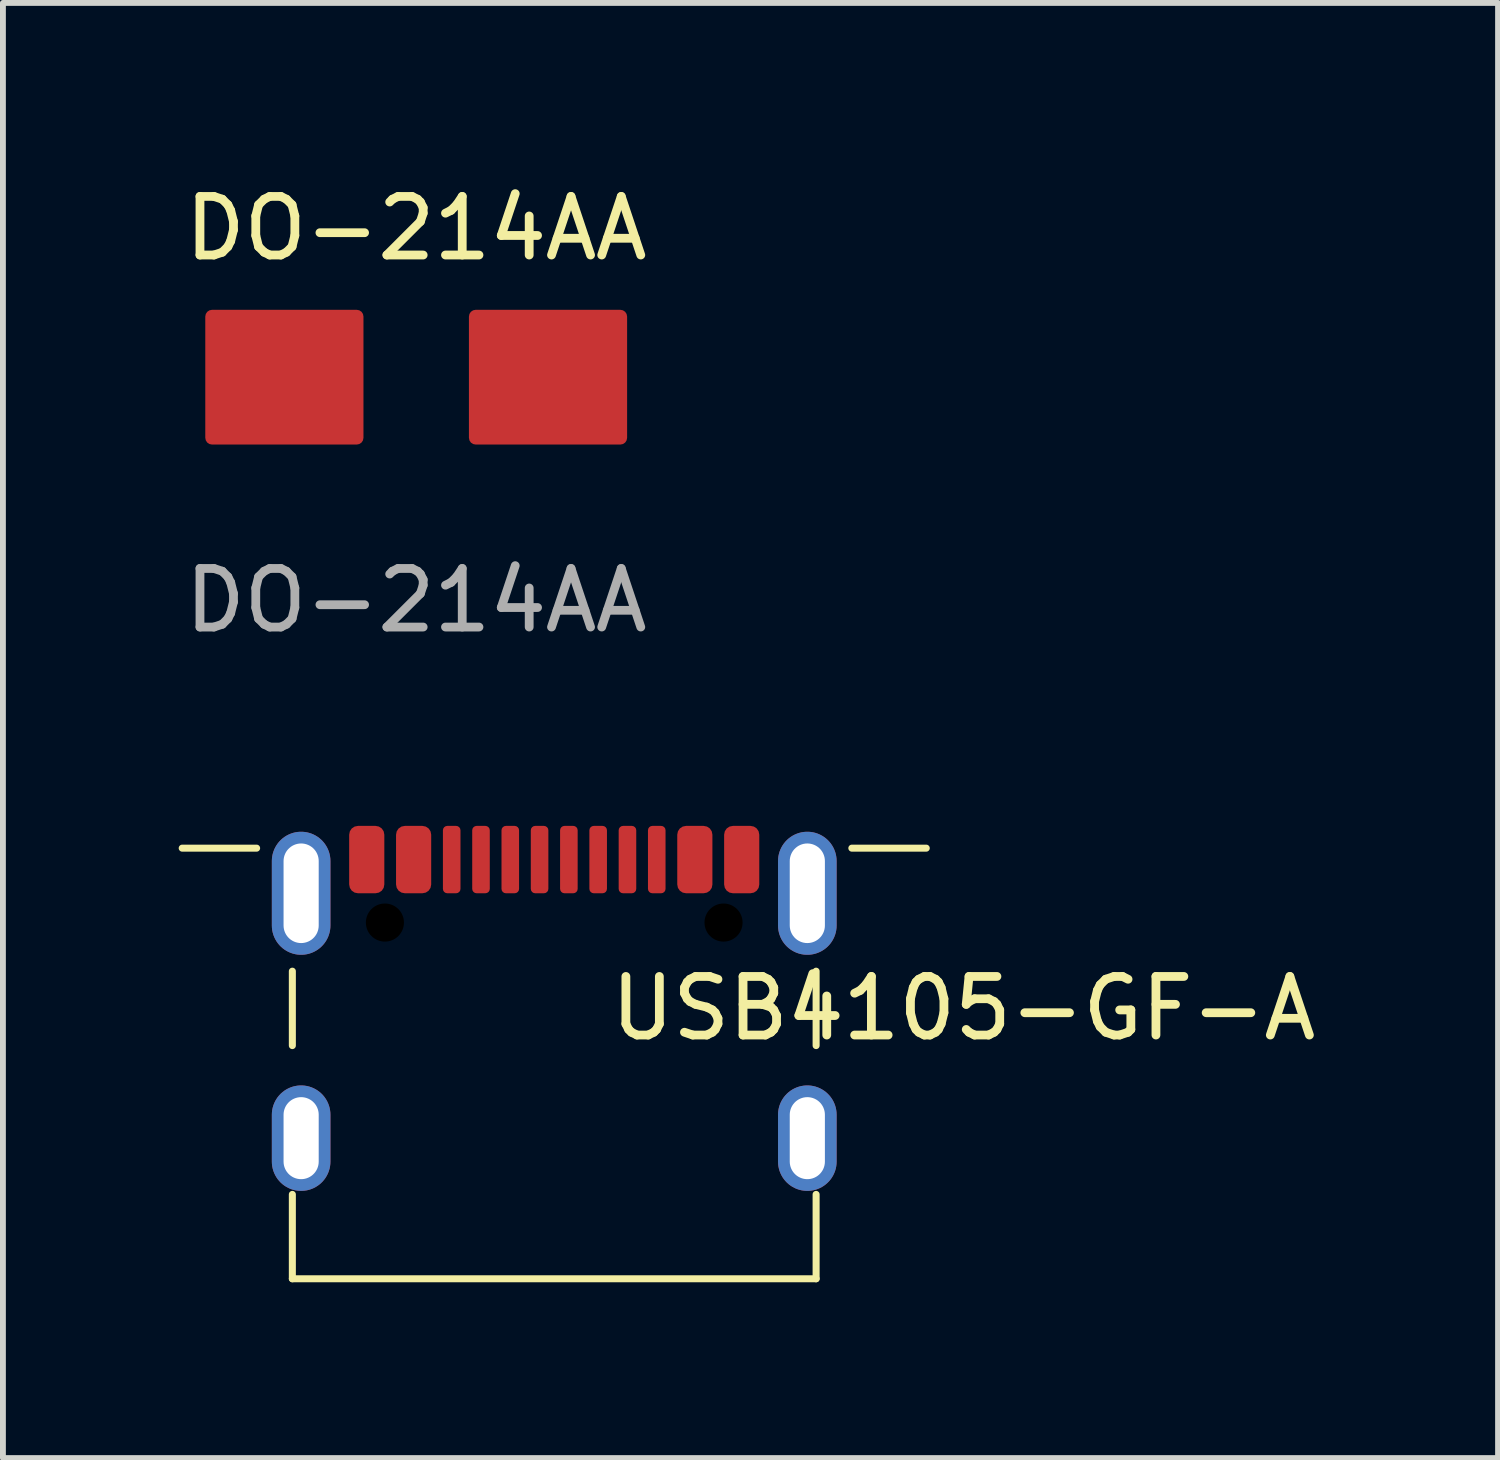
<source format=kicad_pcb>
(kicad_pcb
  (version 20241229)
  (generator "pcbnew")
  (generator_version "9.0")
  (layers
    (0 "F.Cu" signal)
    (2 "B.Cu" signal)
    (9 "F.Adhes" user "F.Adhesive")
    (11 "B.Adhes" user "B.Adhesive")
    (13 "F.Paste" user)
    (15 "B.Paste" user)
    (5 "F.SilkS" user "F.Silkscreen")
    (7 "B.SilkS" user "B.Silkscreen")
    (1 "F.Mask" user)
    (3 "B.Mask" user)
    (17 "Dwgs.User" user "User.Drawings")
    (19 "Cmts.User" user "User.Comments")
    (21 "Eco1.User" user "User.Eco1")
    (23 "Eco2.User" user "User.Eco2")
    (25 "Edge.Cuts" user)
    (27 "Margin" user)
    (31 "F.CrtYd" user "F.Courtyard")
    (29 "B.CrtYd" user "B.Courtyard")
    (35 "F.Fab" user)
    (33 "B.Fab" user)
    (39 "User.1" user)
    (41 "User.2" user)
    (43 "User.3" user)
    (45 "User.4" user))
  (footprint "DO-214AA"
    (layer "F.Cu")
    (at 4.054 3.388)
    (property "Reference" "DO-214AA" (at 0 -2.54 0) (layer "F.SilkS") (effects (font (size 1 1) (thickness 0.15))))
    (attr smd)
    (fp_text user "${REFERENCE}" (at 0 3.81 0) (unlocked yes) (layer "F.Fab") (effects (font (size 1 1) (thickness 0.15))))
    (pad "1" smd roundrect (at -2.25 0) (size 2.7 2.3) (layers "F.Cu" "F.Mask" "F.Paste") (roundrect_rratio 0.05))
    (pad "2" smd roundrect (at 2.25 0) (size 2.7 2.3) (layers "F.Cu" "F.Mask" "F.Paste") (roundrect_rratio 0.05)))
  (footprint "USB4105-GF-A"
    (layer "F.Cu")
    (at 6.41 14.162)
    (property "Reference" "USB4105-GF-A" (at 6.985 0 0) (unlocked yes) (layer "F.SilkS") (effects (font (size 1 1) (thickness 0.15))))
    (attr through_hole)
    (fp_line (start -6.35 -2.735) (end -5.08 -2.735) (stroke (width 0.12) (type solid)) (layer "F.SilkS"))
    (fp_line (start -4.47 -0.635) (end -4.47 0.635) (stroke (width 0.12) (type solid)) (layer "F.SilkS"))
    (fp_line (start -4.47 4.615) (end -4.47 3.175) (stroke (width 0.12) (type solid)) (layer "F.SilkS"))
    (fp_line (start -4.47 4.615) (end 4.47 4.615) (stroke (width 0.12) (type solid)) (layer "F.SilkS"))
    (fp_line (start 4.47 -0.635) (end 4.47 0.635) (stroke (width 0.12) (type solid)) (layer "F.SilkS"))
    (fp_line (start 4.47 4.615) (end 4.47 3.175) (stroke (width 0.12) (type solid)) (layer "F.SilkS"))
    (fp_line (start 5.08 -2.735) (end 6.35 -2.735) (stroke (width 0.12) (type solid)) (layer "F.SilkS"))
    (pad "" np_thru_hole circle (at -2.89 -1.465) (size 0.65 0.65) (drill 0.65) (layers "*.Mask"))
    (pad "" np_thru_hole circle (at 2.89 -1.465) (size 0.65 0.65) (drill 0.65) (layers "*.Mask"))
    (pad "A1/B12" smd roundrect (at -3.2 -2.54) (size 0.6 1.15) (layers "F.Cu" "F.Mask" "F.Paste") (roundrect_rratio 0.25))
    (pad "A4/B9" smd roundrect (at -2.4 -2.54) (size 0.6 1.15) (layers "F.Cu" "F.Mask" "F.Paste") (roundrect_rratio 0.25))
    (pad "A5" smd roundrect (at -1.25 -2.54) (size 0.3 1.15) (layers "F.Cu" "F.Mask" "F.Paste") (roundrect_rratio 0.25))
    (pad "A6" smd roundrect (at -0.25 -2.54) (size 0.3 1.15) (layers "F.Cu" "F.Mask" "F.Paste") (roundrect_rratio 0.25))
    (pad "A7" smd roundrect (at 0.25 -2.54) (size 0.3 1.15) (layers "F.Cu" "F.Mask" "F.Paste") (roundrect_rratio 0.25))
    (pad "A8" smd roundrect (at 1.25 -2.54) (size 0.3 1.15) (layers "F.Cu" "F.Mask" "F.Paste") (roundrect_rratio 0.25))
    (pad "A9/B4" smd roundrect (at 2.4 -2.54) (size 0.6 1.15) (layers "F.Cu" "F.Mask" "F.Paste") (roundrect_rratio 0.25))
    (pad "A12/B1" smd roundrect (at 3.2 -2.54) (size 0.6 1.15) (layers "F.Cu" "F.Mask" "F.Paste") (roundrect_rratio 0.25))
    (pad "B5" smd roundrect (at 1.75 -2.54) (size 0.3 1.15) (layers "F.Cu" "F.Mask" "F.Paste") (roundrect_rratio 0.25))
    (pad "B6" smd roundrect (at 0.75 -2.54) (size 0.3 1.15) (layers "F.Cu" "F.Mask" "F.Paste") (roundrect_rratio 0.25))
    (pad "B7" smd roundrect (at -0.75 -2.54) (size 0.3 1.15) (layers "F.Cu" "F.Mask" "F.Paste") (roundrect_rratio 0.25))
    (pad "B8" smd roundrect (at -1.75 -2.54) (size 0.3 1.15) (layers "F.Cu" "F.Mask" "F.Paste") (roundrect_rratio 0.25))
    (pad "S1" thru_hole oval (at -4.32 -1.965) (size 1 2.1) (drill oval 0.6 1.7) (layers "*.Cu" "*.Mask"))
    (pad "S1" thru_hole oval (at -4.32 2.215) (size 1 1.8) (drill oval 0.6 1.4) (layers "*.Cu" "*.Mask"))
    (pad "S1" thru_hole oval (at 4.32 -1.965) (size 1 2.1) (drill oval 0.6 1.7) (layers "*.Cu" "*.Mask"))
    (pad "S1" thru_hole oval (at 4.32 2.215) (size 1 1.8) (drill oval 0.6 1.4) (layers "*.Cu" "*.Mask")))
  (gr_rect
    (start -3 -3)
    (end 22.52 21.837)
    (stroke (width 0.1) (type default))
    (fill no)
    (layer "Edge.Cuts")))
</source>
